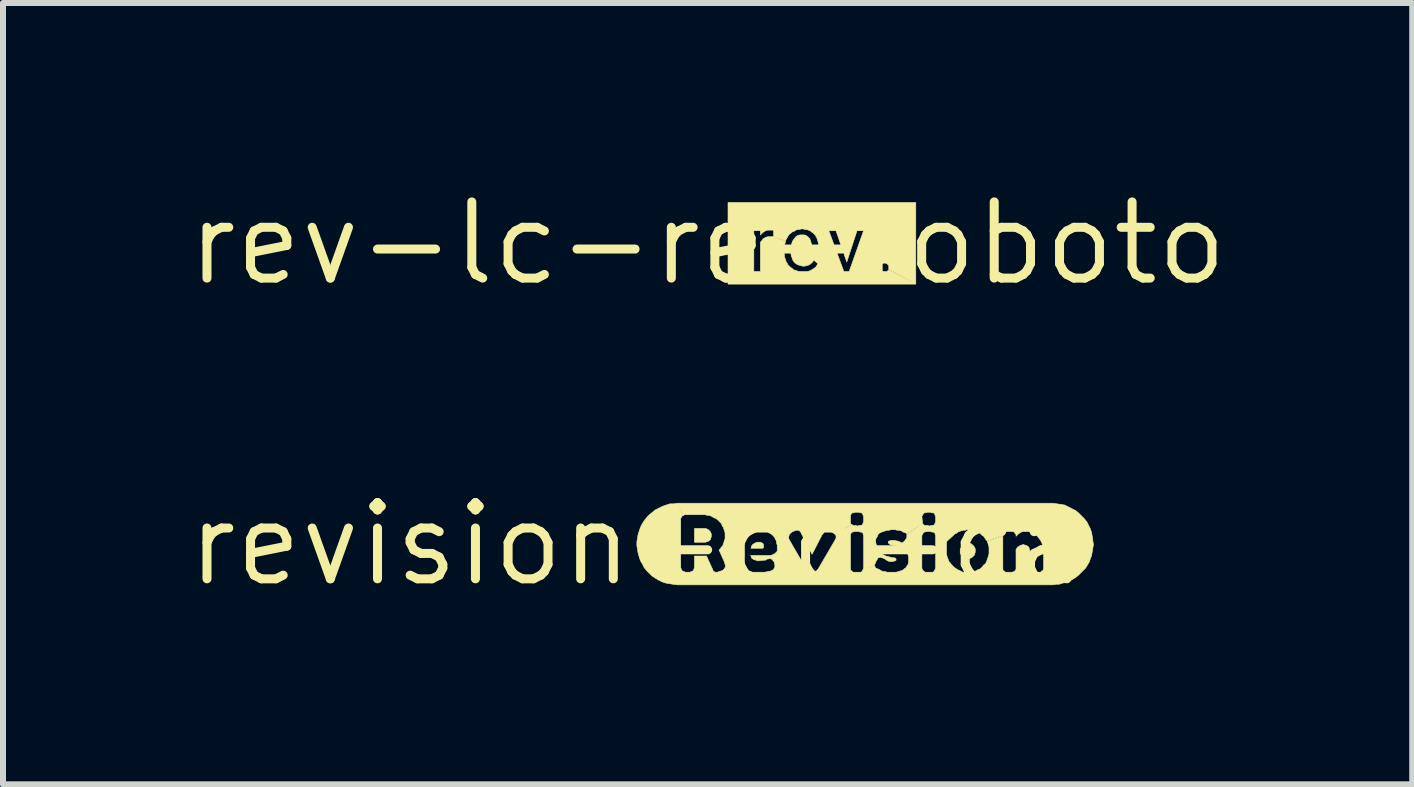
<source format=kicad_pcb>
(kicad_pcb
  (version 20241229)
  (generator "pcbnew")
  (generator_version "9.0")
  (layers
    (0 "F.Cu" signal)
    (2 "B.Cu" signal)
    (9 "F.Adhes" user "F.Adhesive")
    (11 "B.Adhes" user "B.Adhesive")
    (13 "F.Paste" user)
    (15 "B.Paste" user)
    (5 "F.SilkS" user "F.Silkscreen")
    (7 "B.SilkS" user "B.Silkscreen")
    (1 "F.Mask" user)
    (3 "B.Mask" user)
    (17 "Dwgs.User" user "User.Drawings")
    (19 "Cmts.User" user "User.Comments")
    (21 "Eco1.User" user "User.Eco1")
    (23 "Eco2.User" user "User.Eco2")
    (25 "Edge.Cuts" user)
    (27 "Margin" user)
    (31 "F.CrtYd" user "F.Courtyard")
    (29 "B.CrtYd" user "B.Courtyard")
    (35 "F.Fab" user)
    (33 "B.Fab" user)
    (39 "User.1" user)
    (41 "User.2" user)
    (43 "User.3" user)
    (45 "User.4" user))
  (footprint "revision-cc-ca"
    (layer "F.Cu")
    (at 7.567 6.019)
    (property "Reference" "revision-cc-ca" (at 0 0 0) (layer "F.SilkS") (effects (font (size 1.27 1.27) (thickness 0.15))))
    (attr board_only exclude_from_pos_files exclude_from_bom)
    (fp_poly (pts (xy 0.96 -0.03) (xy 1.14 -0.03) (xy 1.17 -0.04) (xy 1.2 -0.05) (xy 1.21 -0.06) (xy 1.23 -0.08) (xy 1.23 -0.1) (xy 1.24 -0.12) (xy 1.24 -0.14) (xy 1.24 -0.17) (xy 1.23 -0.19) (xy 1.22 -0.21) (xy 1.21 -0.22) (xy 1.19 -0.24) (xy 1.17 -0.25) (xy 1.14 -0.26) (xy 1.13 -0.26) (xy 0.96 -0.26) (xy 0.96 -0.03)) (stroke (width 0.01) (type solid)) (fill yes) (layer "F.SilkS"))
    (fp_poly (pts (xy 2.07 0.07) (xy 2.08 0.07) (xy 2.09 0.07) (xy 2.1 0.07) (xy 2.11 0.06) (xy 2.11 0.05) (xy 2.11 0.04) (xy 2.11 0.02) (xy 2.11 0.01) (xy 2.1 -0.01) (xy 2.08 -0.02) (xy 2.06 -0.03) (xy 2.03 -0.03) (xy 2 -0.03) (xy 1.98 -0.02) (xy 1.96 -0.01) (xy 1.94 0) (xy 1.92 0.02) (xy 1.91 0.04) (xy 1.91 0.06) (xy 1.9 0.07) (xy 2.07 0.07)) (stroke (width 0.01) (type solid)) (fill yes) (layer "F.SilkS"))
    (fp_poly (pts (xy 5.47 0.24) (xy 5.53 0.24) (xy 5.55 0.24) (xy 5.57 0.23) (xy 5.59 0.22) (xy 5.61 0.2) (xy 5.63 0.18) (xy 5.63 0.16) (xy 5.64 0.14) (xy 5.64 0.11) (xy 5.64 0.08) (xy 5.63 0.06) (xy 5.62 0.04) (xy 5.6 0.02) (xy 5.58 0) (xy 5.56 -0.01) (xy 5.54 -0.01) (xy 5.51 -0.01) (xy 5.49 -0.01) (xy 5.47 0) (xy 5.44 0.01) (xy 5.42 0.03) (xy 5.41 0.05) (xy 5.4 0.07) (xy 5.39 0.09) (xy 5.39 0.12) (xy 5.39 0.15) (xy 5.4 0.17) (xy 5.41 0.19) (xy 5.42 0.2) (xy 5.47 0.24)) (stroke (width 0.01) (type solid)) (fill yes) (layer "F.SilkS"))
    (fp_poly (pts (xy 0.68 -0.68) (xy 0.61 -0.67) (xy 0.55 -0.67) (xy 0.49 -0.65) (xy 0.43 -0.63) (xy 0.37 -0.6) (xy 0.31 -0.57) (xy 0.26 -0.53) (xy 0.21 -0.49) (xy 0.17 -0.45) (xy 0.13 -0.4) (xy 0.09 -0.34) (xy 0.06 -0.28) (xy 0.04 -0.22) (xy 0.02 -0.16) (xy 0.01 -0.1) (xy 0 -0.04) (xy 0 0.03) (xy 0.01 0.09) (xy 0.02 0.15) (xy 0.04 0.22) (xy 0.06 0.28) (xy 0.09 0.33) (xy 0.12 0.39) (xy 0.16 0.44) (xy 0.21 0.49) (xy 0.25 0.53) (xy 0.31 0.57) (xy 0.36 0.6) (xy 0.42 0.63) (xy 0.48 0.65) (xy 0.54 0.66) (xy 0.6 0.67) (xy 0.68 0.68) (xy 6.93 0.68) (xy 6.99 0.67) (xy 7.04 0.67) (xy 7.1 0.65) (xy 7.16 0.64) (xy 7.21 0.62) (xy 7.26 0.59) (xy 7.31 0.56) (xy 7.36 0.52) (xy 7.4 0.48) (xy 7.44 0.44) (xy 7.48 0.4) (xy 7.51 0.35) (xy 7.54 0.3) (xy 7.56 0.24) (xy 7.58 0.19) (xy 7.59 0.13) (xy 7.6 0.07) (xy 7.61 0.01) (xy 7.6 -0.06) (xy 7.59 -0.13) (xy 7.58 -0.19) (xy 7.56 -0.25) (xy 7.53 -0.31) (xy 7.5 -0.37) (xy 7.46 -0.42) (xy 7.41 -0.47) (xy 7.36 -0.52) (xy 7.31 -0.56) (xy 7.25 -0.59) (xy 7.19 -0.62) (xy 7.13 -0.65) (xy 7.07 -0.66) (xy 7 -0.67) (xy 6.93 -0.68) (xy 0.68 -0.68) (xy 0.77 -0.48) (xy 0.78 -0.48) (xy 0.8 -0.49) (xy 0.83 -0.49) (xy 1.13 -0.49) (xy 1.17 -0.48) (xy 1.2 -0.48) (xy 1.23 -0.47) (xy 1.25 -0.46) (xy 1.28 -0.44) (xy 1.31 -0.43) (xy 1.34 -0.41) (xy 1.36 -0.39) (xy 1.39 -0.36) (xy 1.41 -0.34) (xy 1.42 -0.31) (xy 1.44 -0.28) (xy 1.45 -0.25) (xy 1.46 -0.22) (xy 1.47 -0.19) (xy 1.47 -0.16) (xy 1.47 -0.13) (xy 1.47 -0.09) (xy 1.46 -0.06) (xy 1.45 -0.03) (xy 1.67 0.02) (xy 1.68 -0.01) (xy 1.69 -0.04) (xy 1.71 -0.07) (xy 1.73 -0.1) (xy 1.75 -0.13) (xy 1.78 -0.15) (xy 1.81 -0.17) (xy 1.84 -0.19) (xy 1.87 -0.21) (xy 1.91 -0.22) (xy 1.94 -0.23) (xy 1.98 -0.23) (xy 2.02 -0.24) (xy 2.06 -0.24) (xy 2.1 -0.23) (xy 2.13 -0.23) (xy 2.16 -0.22) (xy 2.19 -0.2) (xy 2.22 -0.18) (xy 2.25 -0.16) (xy 2.27 -0.14) (xy 2.29 -0.12) (xy 2.3 -0.1) (xy 2.32 -0.06) (xy 2.33 -0.03) (xy 2.53 -0.09) (xy 2.53 -0.11) (xy 2.53 -0.13) (xy 2.54 -0.15) (xy 2.55 -0.17) (xy 2.57 -0.19) (xy 2.6 -0.21) (xy 2.63 -0.22) (xy 2.65 -0.23) (xy 2.67 -0.23) (xy 2.7 -0.23) (xy 2.71 -0.22) (xy 2.73 -0.2) (xy 2.75 -0.16) (xy 2.92 0.17) (xy 3.09 -0.16) (xy 3.11 -0.18) (xy 3.13 -0.21) (xy 3.14 -0.22) (xy 3.15 -0.23) (xy 3.16 -0.23) (xy 3.18 -0.23) (xy 3.19 -0.23) (xy 3.21 -0.22) (xy 3.25 -0.2) (xy 3.27 -0.19) (xy 3.29 -0.17) (xy 3.31 -0.16) (xy 3.57 -0.33) (xy 3.56 -0.34) (xy 3.56 -0.37) (xy 3.56 -0.46) (xy 3.56 -0.48) (xy 3.58 -0.51) (xy 3.59 -0.52) (xy 3.61 -0.52) (xy 3.64 -0.53) (xy 3.67 -0.53) (xy 3.7 -0.53) (xy 3.73 -0.52) (xy 3.74 -0.52) (xy 3.76 -0.51) (xy 3.77 -0.48) (xy 3.78 -0.46) (xy 3.78 -0.37) (xy 3.77 -0.35) (xy 3.76 -0.32) (xy 3.73 -0.31) (xy 3.71 -0.31) (xy 3.68 -0.3) (xy 3.65 -0.31) (xy 3.66 -0.21) (xy 3.7 -0.21) (xy 3.72 -0.2) (xy 3.74 -0.2) (xy 3.76 -0.19) (xy 3.77 -0.18) (xy 3.77 -0.16) (xy 3.78 -0.15) (xy 3.78 -0.13) (xy 3.78 0.41) (xy 3.96 0.37) (xy 3.96 0.35) (xy 3.97 0.33) (xy 3.98 0.3) (xy 4.01 0.25) (xy 4.02 0.23) (xy 4.03 0.23) (xy 4.05 0.22) (xy 4.06 0.22) (xy 4.09 0.23) (xy 4.12 0.24) (xy 4.18 0.28) (xy 4.21 0.29) (xy 4.23 0.29) (xy 4.27 0.29) (xy 4.3 0.28) (xy 4.31 0.28) (xy 4.31 0.27) (xy 4.32 0.27) (xy 4.32 0.26) (xy 4.32 0.25) (xy 4.31 0.24) (xy 4.3 0.23) (xy 4.27 0.23) (xy 4.23 0.22) (xy 4.19 0.21) (xy 4.15 0.2) (xy 4.11 0.18) (xy 4.07 0.16) (xy 4.05 0.14) (xy 4.03 0.12) (xy 4.01 0.08) (xy 4 0.05) (xy 3.99 0.01) (xy 3.98 -0.03) (xy 3.98 -0.07) (xy 3.99 -0.1) (xy 4.01 -0.13) (xy 4.02 -0.16) (xy 4.04 -0.18) (xy 4.06 -0.19) (xy 4.08 -0.2) (xy 4.11 -0.21) (xy 4.14 -0.22) (xy 4.17 -0.23) (xy 4.2 -0.23) (xy 4.24 -0.24) (xy 4.3 -0.24) (xy 4.34 -0.23) (xy 4.37 -0.23) (xy 4.41 -0.22) (xy 4.44 -0.2) (xy 4.47 -0.19) (xy 4.49 -0.18) (xy 4.5 -0.17) (xy 4.76 -0.34) (xy 4.76 -0.37) (xy 4.75 -0.46) (xy 4.76 -0.48) (xy 4.78 -0.51) (xy 4.79 -0.52) (xy 4.81 -0.52) (xy 4.84 -0.53) (xy 4.87 -0.53) (xy 4.9 -0.53) (xy 4.92 -0.52) (xy 4.94 -0.52) (xy 4.96 -0.51) (xy 4.97 -0.48) (xy 4.98 -0.46) (xy 4.98 -0.37) (xy 4.97 -0.35) (xy 4.96 -0.32) (xy 4.93 -0.31) (xy 4.91 -0.31) (xy 4.88 -0.3) (xy 4.85 -0.31) (xy 4.86 -0.21) (xy 4.89 -0.21) (xy 4.92 -0.2) (xy 4.94 -0.2) (xy 4.96 -0.19) (xy 4.97 -0.18) (xy 4.97 -0.16) (xy 4.98 -0.15) (xy 4.98 -0.13) (xy 5.16 -0.04) (xy 5.27 -0.14) (xy 5.3 -0.17) (xy 5.33 -0.18) (xy 5.35 -0.2) (xy 5.38 -0.21) (xy 5.4 -0.22) (xy 5.44 -0.23) (xy 5.47 -0.23) (xy 5.5 -0.24) (xy 5.54 -0.24) (xy 5.57 -0.23) (xy 5.6 -0.23) (xy 5.64 -0.22) (xy 5.67 -0.21) (xy 5.7 -0.19) (xy 5.73 -0.17) (xy 5.75 -0.15) (xy 5.78 -0.13) (xy 5.8 -0.1) (xy 5.82 -0.07) (xy 5.84 -0.05) (xy 6.1 -0.15) (xy 6.1 -0.16) (xy 6.12 -0.19) (xy 6.13 -0.2) (xy 6.15 -0.2) (xy 6.17 -0.21) (xy 6.2 -0.21) (xy 6.23 -0.21) (xy 6.25 -0.21) (xy 6.29 -0.2) (xy 6.3 -0.19) (xy 6.3 -0.18) (xy 6.31 -0.17) (xy 6.32 -0.16) (xy 6.32 -0.13) (xy 6.36 -0.17) (xy 6.39 -0.19) (xy 6.41 -0.2) (xy 6.43 -0.21) (xy 6.45 -0.21) (xy 6.48 -0.21) (xy 6.52 -0.21) (xy 6.56 -0.2) (xy 6.6 -0.18) (xy 6.63 -0.16) (xy 6.67 -0.14) (xy 6.7 -0.1) (xy 6.73 -0.06) (xy 6.75 -0.02) (xy 6.76 0.01) (xy 6.77 0.04) (xy 6.78 0.08) (xy 6.78 0.11) (xy 6.78 0.38) (xy 6.78 0.4) (xy 6.77 0.44) (xy 6.75 0.45) (xy 6.73 0.47) (xy 6.71 0.47) (xy 6.67 0.47) (xy 6.63 0.47) (xy 6.6 0.47) (xy 6.58 0.46) (xy 6.57 0.44) (xy 6.56 0.43) (xy 6.55 0.38) (xy 6.55 0.12) (xy 6.55 0.1) (xy 6.54 0.09) (xy 6.54 0.07) (xy 6.53 0.05) (xy 6.52 0.04) (xy 6.5 0.03) (xy 6.49 0.02) (xy 6.47 0.02) (xy 6.45 0.01) (xy 6.43 0.01) (xy 6.41 0.02) (xy 6.4 0.02) (xy 6.38 0.03) (xy 6.37 0.04) (xy 6.35 0.05) (xy 6.34 0.06) (xy 6.33 0.08) (xy 6.32 0.09) (xy 6.32 0.11) (xy 6.32 0.13) (xy 6.32 0.41) (xy 6.32 0.42) (xy 6.3 0.45) (xy 6.29 0.46) (xy 6.28 0.46) (xy 6.26 0.47) (xy 6.24 0.47) (xy 6.2 0.47) (xy 6.17 0.47) (xy 6.15 0.47) (xy 6.13 0.46) (xy 6.12 0.45) (xy 6.11 0.45) (xy 6.1 0.42) (xy 6.1 0.41) (xy 6.1 -0.14) (xy 5.84 -0.04) (xy 5.85 -0.02) (xy 5.86 0.02) (xy 5.87 0.05) (xy 5.87 0.09) (xy 5.87 0.13) (xy 5.87 0.16) (xy 5.86 0.2) (xy 5.85 0.23) (xy 5.84 0.26) (xy 5.83 0.29) (xy 5.81 0.33) (xy 5.78 0.35) (xy 5.76 0.38) (xy 5.74 0.4) (xy 5.71 0.42) (xy 5.68 0.43) (xy 5.65 0.45) (xy 5.61 0.46) (xy 5.58 0.47) (xy 5.54 0.47) (xy 5.51 0.47) (xy 5.48 0.47) (xy 5.44 0.47) (xy 5.41 0.46) (xy 5.38 0.44) (xy 5.35 0.43) (xy 5.32 0.41) (xy 5.29 0.39) (xy 5.27 0.37) (xy 5.24 0.34) (xy 5.22 0.31) (xy 5.2 0.29) (xy 5.19 0.26) (xy 5.17 0.21) (xy 5.16 0.16) (xy 5.16 0.12) (xy 5.16 -0.04) (xy 4.98 -0.13) (xy 4.98 0.41) (xy 4.97 0.42) (xy 4.96 0.45) (xy 4.95 0.46) (xy 4.93 0.47) (xy 4.9 0.47) (xy 4.87 0.47) (xy 4.83 0.47) (xy 4.81 0.47) (xy 4.79 0.46) (xy 4.78 0.45) (xy 4.76 0.43) (xy 4.76 0.42) (xy 4.75 0.41) (xy 4.75 -0.09) (xy 4.75 -0.14) (xy 4.76 -0.16) (xy 4.77 -0.18) (xy 4.78 -0.19) (xy 4.79 -0.2) (xy 4.8 -0.2) (xy 4.83 -0.21) (xy 4.86 -0.21) (xy 4.85 -0.31) (xy 4.82 -0.31) (xy 4.8 -0.31) (xy 4.78 -0.32) (xy 4.77 -0.33) (xy 4.76 -0.34) (xy 4.5 -0.16) (xy 4.5 -0.15) (xy 4.5 -0.13) (xy 4.5 -0.11) (xy 4.49 -0.09) (xy 4.47 -0.06) (xy 4.45 -0.04) (xy 4.43 -0.02) (xy 4.42 -0.02) (xy 4.41 -0.02) (xy 4.39 -0.03) (xy 4.35 -0.05) (xy 4.33 -0.05) (xy 4.3 -0.06) (xy 4.27 -0.06) (xy 4.23 -0.06) (xy 4.21 -0.05) (xy 4.2 -0.05) (xy 4.19 -0.04) (xy 4.19 -0.03) (xy 4.19 -0.02) (xy 4.2 -0.01) (xy 4.21 0) (xy 4.22 0.01) (xy 4.26 0.02) (xy 4.31 0.02) (xy 4.35 0.03) (xy 4.39 0.04) (xy 4.43 0.06) (xy 4.45 0.07) (xy 4.47 0.08) (xy 4.48 0.1) (xy 4.5 0.11) (xy 4.51 0.14) (xy 4.52 0.18) (xy 4.53 0.22) (xy 4.53 0.26) (xy 4.53 0.3) (xy 4.52 0.34) (xy 4.5 0.37) (xy 4.48 0.4) (xy 4.46 0.41) (xy 4.44 0.43) (xy 4.42 0.44) (xy 4.39 0.45) (xy 4.36 0.46) (xy 4.32 0.47) (xy 4.28 0.47) (xy 4.24 0.47) (xy 4.2 0.47) (xy 4.17 0.47) (xy 4.14 0.46) (xy 4.11 0.46) (xy 4.08 0.45) (xy 4.05 0.43) (xy 3.98 0.4) (xy 3.97 0.39) (xy 3.97 0.37) (xy 3.78 0.41) (xy 3.77 0.42) (xy 3.76 0.45) (xy 3.75 0.46) (xy 3.73 0.47) (xy 3.7 0.47) (xy 3.67 0.47) (xy 3.63 0.47) (xy 3.61 0.47) (xy 3.59 0.46) (xy 3.58 0.45) (xy 3.56 0.43) (xy 3.56 0.42) (xy 3.56 0.41) (xy 3.56 -0.09) (xy 3.56 -0.14) (xy 3.56 -0.16) (xy 3.57 -0.18) (xy 3.58 -0.19) (xy 3.59 -0.2) (xy 3.6 -0.2) (xy 3.63 -0.21) (xy 3.66 -0.21) (xy 3.65 -0.31) (xy 3.62 -0.31) (xy 3.6 -0.31) (xy 3.59 -0.32) (xy 3.58 -0.33) (xy 3.31 -0.15) (xy 3.32 -0.14) (xy 3.32 -0.12) (xy 3.32 -0.1) (xy 3.31 -0.08) (xy 3.3 -0.06) (xy 3.02 0.42) (xy 3.01 0.43) (xy 3 0.44) (xy 2.98 0.46) (xy 2.96 0.47) (xy 2.94 0.47) (xy 2.92 0.47) (xy 2.9 0.47) (xy 2.88 0.47) (xy 2.87 0.46) (xy 2.85 0.45) (xy 2.83 0.43) (xy 2.54 -0.07) (xy 2.53 -0.09) (xy 2.33 -0.03) (xy 2.33 -0.01) (xy 2.34 0.02) (xy 2.34 0.12) (xy 2.3 0.16) (xy 2.28 0.17) (xy 2.26 0.18) (xy 2.23 0.19) (xy 2.21 0.19) (xy 1.9 0.19) (xy 1.9 0.2) (xy 1.91 0.22) (xy 1.91 0.23) (xy 1.92 0.24) (xy 1.95 0.26) (xy 1.99 0.27) (xy 2.01 0.28) (xy 2.03 0.28) (xy 2.1 0.27) (xy 2.14 0.27) (xy 2.17 0.25) (xy 2.19 0.25) (xy 2.21 0.24) (xy 2.22 0.24) (xy 2.24 0.25) (xy 2.26 0.26) (xy 2.27 0.28) (xy 2.29 0.3) (xy 2.3 0.35) (xy 2.3 0.36) (xy 2.3 0.38) (xy 2.3 0.39) (xy 2.29 0.4) (xy 2.28 0.42) (xy 2.27 0.43) (xy 2.25 0.44) (xy 2.23 0.45) (xy 2.18 0.46) (xy 2.13 0.47) (xy 2.06 0.47) (xy 2.01 0.47) (xy 1.97 0.47) (xy 1.93 0.47) (xy 1.9 0.46) (xy 1.86 0.45) (xy 1.83 0.43) (xy 1.8 0.41) (xy 1.77 0.39) (xy 1.75 0.37) (xy 1.73 0.34) (xy 1.71 0.31) (xy 1.69 0.27) (xy 1.68 0.24) (xy 1.67 0.2) (xy 1.66 0.17) (xy 1.66 0.13) (xy 1.66 0.09) (xy 1.66 0.06) (xy 1.67 0.02) (xy 1.45 -0.03) (xy 1.44 0) (xy 1.43 0.03) (xy 1.41 0.05) (xy 1.39 0.08) (xy 1.37 0.1) (xy 1.41 0.19) (xy 1.46 0.3) (xy 1.47 0.34) (xy 1.48 0.37) (xy 1.47 0.39) (xy 1.46 0.41) (xy 1.45 0.42) (xy 1.43 0.44) (xy 1.37 0.46) (xy 1.34 0.47) (xy 1.33 0.47) (xy 1.31 0.47) (xy 1.3 0.47) (xy 1.29 0.46) (xy 1.27 0.45) (xy 1.27 0.44) (xy 1.16 0.2) (xy 0.96 0.2) (xy 0.96 0.38) (xy 0.95 0.42) (xy 0.95 0.43) (xy 0.94 0.44) (xy 0.93 0.45) (xy 0.91 0.46) (xy 0.88 0.47) (xy 0.85 0.47) (xy 0.81 0.47) (xy 0.79 0.46) (xy 0.76 0.45) (xy 0.75 0.44) (xy 0.74 0.43) (xy 0.74 0.42) (xy 0.73 0.39) (xy 0.73 0.36) (xy 0.73 -0.42) (xy 0.73 -0.43) (xy 0.74 -0.44) (xy 0.75 -0.46) (xy 0.75 -0.47) (xy 0.77 -0.47) (xy 0.68 -0.68)) (stroke (width 0.01) (type solid)) (fill yes) (layer "F.SilkS")))
  (footprint "rev-lc-re-roboto"
    (layer "F.Cu")
    (at 8.746 1.006)
    (property "Reference" "rev-lc-re-roboto" (at 0 0 0) (layer "F.SilkS") (effects (font (size 1.27 1.27) (thickness 0.15))))
    (attr board_only exclude_from_pos_files exclude_from_bom)
    (fp_poly (pts (xy 1.57 -0.14) (xy 1.54 -0.14) (xy 1.5 -0.13) (xy 1.47 -0.11) (xy 1.45 -0.08) (xy 1.43 -0.06) (xy 1.41 -0.02) (xy 1.4 0.01) (xy 1.4 0.05) (xy 1.73 0.05) (xy 1.73 0.01) (xy 1.72 -0.03) (xy 1.71 -0.06) (xy 1.69 -0.09) (xy 1.67 -0.11) (xy 1.64 -0.13) (xy 1.61 -0.14) (xy 1.57 -0.14)) (stroke (width 0.01) (type solid)) (fill yes) (layer "F.SilkS"))
    (fp_poly (pts (xy 0.68 -0.68) (xy 0.34 -0.68) (xy 0.34 0.68) (xy 0.77 0.47) (xy 0.77 -0.21) (xy 0.88 -0.21) (xy 0.88 -0.14) (xy 0.9 -0.16) (xy 0.92 -0.18) (xy 0.95 -0.2) (xy 0.97 -0.21) (xy 1 -0.22) (xy 1.03 -0.22) (xy 1.07 -0.22) (xy 1.09 -0.22) (xy 1.1 -0.22) (xy 1.1 -0.11) (xy 1.3 -0.04) (xy 1.31 -0.07) (xy 1.33 -0.1) (xy 1.34 -0.12) (xy 1.36 -0.15) (xy 1.39 -0.17) (xy 1.41 -0.19) (xy 1.44 -0.2) (xy 1.47 -0.22) (xy 1.5 -0.23) (xy 1.53 -0.23) (xy 1.56 -0.24) (xy 1.59 -0.24) (xy 1.63 -0.23) (xy 1.65 -0.23) (xy 1.68 -0.22) (xy 1.71 -0.21) (xy 1.73 -0.19) (xy 1.75 -0.18) (xy 1.77 -0.16) (xy 1.79 -0.14) (xy 1.81 -0.11) (xy 2.02 -0.21) (xy 2.14 -0.21) (xy 2.32 0.31) (xy 2.49 -0.21) (xy 2.6 -0.21) (xy 2.36 0.47) (xy 2.27 0.47) (xy 2.02 -0.21) (xy 1.81 -0.11) (xy 1.82 -0.09) (xy 1.83 -0.06) (xy 1.84 -0.03) (xy 1.85 0.01) (xy 1.85 0.04) (xy 1.86 0.08) (xy 1.86 0.15) (xy 1.39 0.15) (xy 1.39 0.19) (xy 1.4 0.22) (xy 1.41 0.25) (xy 1.42 0.28) (xy 1.44 0.31) (xy 1.46 0.33) (xy 1.49 0.35) (xy 1.51 0.36) (xy 1.55 0.37) (xy 1.58 0.38) (xy 1.62 0.38) (xy 1.66 0.37) (xy 1.69 0.36) (xy 1.72 0.34) (xy 1.75 0.31) (xy 1.77 0.28) (xy 1.84 0.34) (xy 1.82 0.37) (xy 1.8 0.4) (xy 1.77 0.42) (xy 1.74 0.44) (xy 1.7 0.46) (xy 1.67 0.47) (xy 1.63 0.47) (xy 1.59 0.47) (xy 1.58 0.47) (xy 1.55 0.47) (xy 1.52 0.47) (xy 1.49 0.46) (xy 1.46 0.45) (xy 1.43 0.44) (xy 1.41 0.42) (xy 1.38 0.4) (xy 1.36 0.38) (xy 1.34 0.36) (xy 1.33 0.34) (xy 1.31 0.31) (xy 1.3 0.28) (xy 1.29 0.25) (xy 1.28 0.22) (xy 1.28 0.19) (xy 1.27 0.15) (xy 1.27 0.1) (xy 1.28 0.07) (xy 1.28 0.03) (xy 1.29 0) (xy 1.3 -0.03) (xy 1.1 -0.11) (xy 1.07 -0.11) (xy 1.03 -0.11) (xy 1 -0.11) (xy 0.97 -0.1) (xy 0.95 -0.09) (xy 0.92 -0.07) (xy 0.91 -0.05) (xy 0.89 -0.03) (xy 0.88 -0.01) (xy 0.88 0.47) (xy 0.77 0.47) (xy 0.34 0.68) (xy 3.47 0.68) (xy 3.02 0.44) (xy 3.01 0.45) (xy 3 0.46) (xy 2.99 0.47) (xy 2.98 0.47) (xy 2.97 0.47) (xy 2.95 0.47) (xy 2.93 0.47) (xy 2.92 0.47) (xy 2.91 0.46) (xy 2.9 0.46) (xy 2.89 0.45) (xy 2.88 0.43) (xy 2.88 0.42) (xy 2.88 0.41) (xy 2.88 0.39) (xy 2.88 0.37) (xy 2.89 0.36) (xy 2.9 0.35) (xy 2.91 0.34) (xy 2.92 0.34) (xy 2.93 0.33) (xy 2.95 0.33) (xy 2.97 0.33) (xy 2.98 0.34) (xy 2.99 0.34) (xy 3 0.35) (xy 3.01 0.36) (xy 3.02 0.37) (xy 3.02 0.39) (xy 3.02 0.41) (xy 3.02 0.42) (xy 3.02 0.43) (xy 3.47 0.68) (xy 3.47 -0.68) (xy 0.68 -0.68)) (stroke (width 0.01) (type solid)) (fill yes) (layer "F.SilkS")))
  (gr_rect
    (start -3 -3)
    (end 20.492 10.025)
    (stroke (width 0.1) (type default))
    (fill no)
    (layer "Edge.Cuts")))
</source>
